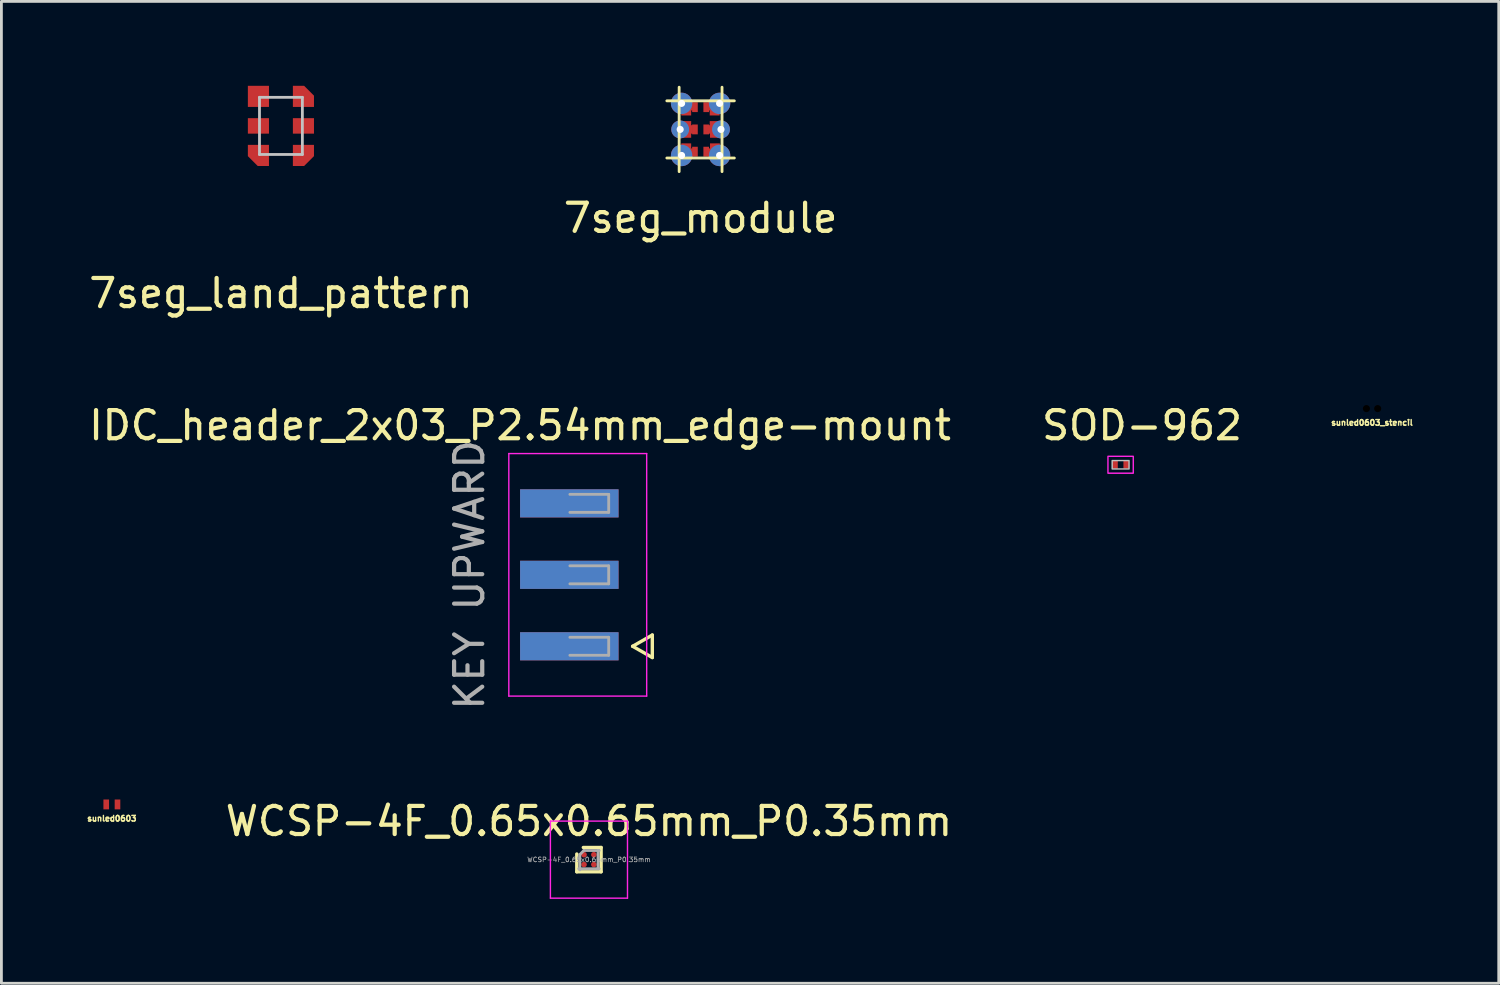
<source format=kicad_pcb>
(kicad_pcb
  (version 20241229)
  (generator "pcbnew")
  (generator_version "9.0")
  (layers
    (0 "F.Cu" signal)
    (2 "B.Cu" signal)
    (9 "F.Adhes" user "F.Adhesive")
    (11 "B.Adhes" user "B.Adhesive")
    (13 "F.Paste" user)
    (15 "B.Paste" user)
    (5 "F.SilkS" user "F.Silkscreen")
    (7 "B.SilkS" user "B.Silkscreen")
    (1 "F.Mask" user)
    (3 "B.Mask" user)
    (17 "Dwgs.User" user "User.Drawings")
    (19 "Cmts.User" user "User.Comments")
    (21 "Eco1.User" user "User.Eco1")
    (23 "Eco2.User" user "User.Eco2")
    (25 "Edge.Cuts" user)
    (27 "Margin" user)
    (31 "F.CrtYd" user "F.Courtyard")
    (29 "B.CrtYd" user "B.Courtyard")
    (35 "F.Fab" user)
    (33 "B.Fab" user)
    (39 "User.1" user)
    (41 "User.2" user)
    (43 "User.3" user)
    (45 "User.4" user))
  (footprint "SOD-962"
    (layer "F.Cu")
    (at 36.78 13.469)
    (property "Reference" "SOD-962" (at 0.762 -1.397 0) (layer "F.SilkS") (effects (font (size 1 1) (thickness 0.15))))
    (attr smd)
    (fp_circle (center -0.208 0) (end -0.08 0) (stroke (width 0) (type solid)) (fill yes) (layer "F.Paste"))
    (fp_circle (center 0.208 0) (end 0.336 0) (stroke (width 0) (type solid)) (fill yes) (layer "F.Paste"))
    (fp_rect (start -0.3 -0.15) (end 0.3 0.15) (stroke (width 0.05) (type solid)) (fill no) (layer "Dwgs.User"))
    (fp_rect (start -0.45 -0.3) (end 0.45 0.3) (stroke (width 0.05) (type solid)) (fill no) (layer "F.CrtYd"))
    (pad "1" smd rect (at 0.2 0) (size 0.2 0.28) (layers "F.Cu" "F.Mask"))
    (pad "2" smd rect (at -0.2 0) (size 0.2 0.28) (layers "F.Cu" "F.Mask")))
  (footprint "7seg_module"
    (layer "F.Cu")
    (at 21.851 1.55)
    (property "Reference" "7seg_module" (at 0 3.15 0) (unlocked yes) (layer "F.SilkS") (effects (font (size 1 1) (thickness 0.15))))
    (attr smd)
    (fp_rect (start 0.275 -0.15) (end 0.725 0.15) (stroke (width 0) (type solid)) (fill yes) (layer "F.Cu"))
    (fp_rect (start 0.275 0.675) (end 0.725 0.975) (stroke (width 0) (type solid)) (fill yes) (layer "F.Cu"))
    (fp_circle (center -0.725 0) (end -1.042 0) (stroke (width 0) (type solid)) (fill yes) (layer "F.Cu"))
    (fp_circle (center -0.675 -0.925) (end -0.294 -0.925) (stroke (width 0) (type solid)) (fill yes) (layer "F.Cu"))
    (fp_circle (center -0.675 0.925) (end -0.294 0.925) (stroke (width 0) (type solid)) (fill yes) (layer "F.Cu"))
    (fp_circle (center 0.675 -0.925) (end 1.056 -0.925) (stroke (width 0) (type solid)) (fill yes) (layer "F.Cu"))
    (fp_circle (center 0.675 0.925) (end 1.056 0.925) (stroke (width 0) (type solid)) (fill yes) (layer "F.Cu"))
    (fp_circle (center 0.725 0) (end 0.407 0) (stroke (width 0) (type solid)) (fill yes) (layer "F.Cu"))
    (fp_poly (pts (xy -0.275 -0.675) (xy -0.725 -0.675) (xy -0.725 -0.975) (xy -0.275 -0.975)) (stroke (width 0) (type solid)) (fill yes) (layer "F.Cu"))
    (fp_poly (pts (xy -0.275 0.15) (xy -0.725 0.15) (xy -0.725 -0.15) (xy -0.275 -0.15)) (stroke (width 0) (type solid)) (fill yes) (layer "F.Cu"))
    (fp_poly (pts (xy -0.275 0.975) (xy -0.725 0.975) (xy -0.725 0.675) (xy -0.275 0.675)) (stroke (width 0) (type solid)) (fill yes) (layer "F.Cu"))
    (fp_poly (pts (xy 0.275 -0.975) (xy 0.725 -0.975) (xy 0.725 -0.675) (xy 0.275 -0.675)) (stroke (width 0) (type solid)) (fill yes) (layer "F.Cu"))
    (fp_circle (center -0.725 0) (end -0.915 0) (stroke (width 0) (type solid)) (fill yes) (layer "F.Mask"))
    (fp_circle (center -0.675 -0.925) (end -0.866 -0.925) (stroke (width 0) (type solid)) (fill yes) (layer "F.Mask"))
    (fp_circle (center -0.675 0.925) (end -0.866 0.925) (stroke (width 0) (type solid)) (fill yes) (layer "F.Mask"))
    (fp_circle (center 0.675 -0.925) (end 0.484 -0.925) (stroke (width 0) (type solid)) (fill yes) (layer "F.Mask"))
    (fp_circle (center 0.675 0.925) (end 0.484 0.925) (stroke (width 0) (type solid)) (fill yes) (layer "F.Mask"))
    (fp_circle (center 0.725 0) (end 0.534 0) (stroke (width 0) (type solid)) (fill yes) (layer "F.Mask"))
    (fp_circle (center -0.725 0) (end -1.042 0) (stroke (width 0) (type solid)) (fill yes) (layer "B.Cu"))
    (fp_circle (center -0.675 -0.925) (end -1.056 -0.925) (stroke (width 0) (type solid)) (fill yes) (layer "B.Cu"))
    (fp_circle (center -0.675 0.925) (end -1.056 0.925) (stroke (width 0) (type solid)) (fill yes) (layer "B.Cu"))
    (fp_circle (center 0.675 -0.925) (end 0.294 -0.925) (stroke (width 0) (type solid)) (fill yes) (layer "B.Cu"))
    (fp_circle (center 0.675 0.925) (end 0.294 0.925) (stroke (width 0) (type solid)) (fill yes) (layer "B.Cu"))
    (fp_circle (center 0.725 0) (end 0.407 0) (stroke (width 0) (type solid)) (fill yes) (layer "B.Cu"))
    (fp_circle (center -0.725 0) (end -1.042 0) (stroke (width 0) (type solid)) (fill yes) (layer "B.Mask"))
    (fp_circle (center -0.675 -0.925) (end -1.056 -0.925) (stroke (width 0) (type solid)) (fill yes) (layer "B.Mask"))
    (fp_circle (center -0.675 0.925) (end -1.056 0.925) (stroke (width 0) (type solid)) (fill yes) (layer "B.Mask"))
    (fp_circle (center 0.675 -0.925) (end 0.294 -0.925) (stroke (width 0) (type solid)) (fill yes) (layer "B.Mask"))
    (fp_circle (center 0.675 0.925) (end 0.294 0.925) (stroke (width 0) (type solid)) (fill yes) (layer "B.Mask"))
    (fp_circle (center 0.725 0) (end 0.407 0) (stroke (width 0) (type solid)) (fill yes) (layer "B.Mask"))
    (fp_line (start -1.2 -1.016) (end 1.2 -1.016) (stroke (width 0.1) (type solid)) (layer "F.SilkS"))
    (fp_line (start -1.2 1.016) (end 1.2 1.016) (stroke (width 0.1) (type solid)) (layer "F.SilkS"))
    (fp_line (start -0.762 -1.5) (end -0.762 1.5) (stroke (width 0.1) (type solid)) (layer "F.SilkS"))
    (fp_line (start 0.762 -1.5) (end 0.762 1.5) (stroke (width 0.1) (type solid)) (layer "F.SilkS"))
    (fp_line (start -0.762 -0.35) (end -0.762 -0.525) (stroke (width 0.02) (type solid)) (layer "Edge.Cuts"))
    (fp_line (start -0.762 0.525) (end -0.762 0.35) (stroke (width 0.02) (type solid)) (layer "Edge.Cuts"))
    (fp_line (start -0.275 -1.016) (end 0.275 -1.016) (stroke (width 0.02) (type solid)) (layer "Edge.Cuts"))
    (fp_line (start -0.275 1.016) (end 0.275 1.016) (stroke (width 0.02) (type solid)) (layer "Edge.Cuts"))
    (fp_line (start 0.762 -0.35) (end 0.762 -0.525) (stroke (width 0.02) (type solid)) (layer "Edge.Cuts"))
    (fp_line (start 0.762 0.525) (end 0.762 0.35) (stroke (width 0.02) (type solid)) (layer "Edge.Cuts"))
    (pad "1" thru_hole circle (at -0.675 -0.925 180) (size 0.508 0.508) (drill 0.254) (layers "*.Cu" "B.Mask"))
    (pad "1" smd rect (at -0.51 -0.596 270) (size 0.2 0.35) (layers "F.Cu" "F.Mask" "F.Paste"))
    (pad "1" smd rect (at -0.2 -0.791) (size 0.2 0.35) (layers "F.Cu" "F.Mask" "F.Paste"))
    (pad "2" smd rect (at 0.2 -0.791) (size 0.2 0.35) (layers "F.Cu" "F.Mask" "F.Paste"))
    (pad "2" smd rect (at 0.5 -0.596 270) (size 0.2 0.35) (layers "F.Cu" "F.Mask" "F.Paste"))
    (pad "2" thru_hole circle (at 0.675 -0.925 180) (size 0.508 0.508) (drill 0.254) (layers "*.Cu" "B.Mask"))
    (pad "3" thru_hole circle (at -0.725 0 180) (size 0.508 0.508) (drill 0.254) (layers "*.Cu" "B.Mask"))
    (pad "3" smd rect (at -0.51 -0.196 270) (size 0.2 0.35) (layers "F.Cu" "F.Mask" "F.Paste"))
    (pad "3" smd rect (at -0.51 0.196 270) (size 0.2 0.35) (layers "F.Cu" "F.Mask" "F.Paste"))
    (pad "3" smd rect (at -0.2 0) (size 0.2 0.35) (layers "F.Cu" "F.Mask" "F.Paste"))
    (pad "4" smd rect (at 0.2 0) (size 0.2 0.35) (layers "F.Cu" "F.Mask" "F.Paste"))
    (pad "4" smd rect (at 0.5 -0.196 270) (size 0.2 0.35) (layers "F.Cu" "F.Mask" "F.Paste"))
    (pad "4" smd rect (at 0.51 0.196 270) (size 0.2 0.35) (layers "F.Cu" "F.Mask" "F.Paste"))
    (pad "4" thru_hole circle (at 0.725 0 180) (size 0.508 0.508) (drill 0.254) (layers "*.Cu" "B.Mask"))
    (pad "5" thru_hole circle (at -0.675 0.925 180) (size 0.508 0.508) (drill 0.254) (layers "*.Cu" "B.Mask"))
    (pad "5" smd rect (at -0.51 0.596 270) (size 0.2 0.35) (layers "F.Cu" "F.Mask" "F.Paste"))
    (pad "5" smd rect (at -0.2 0.791) (size 0.2 0.35) (layers "F.Cu" "F.Mask" "F.Paste"))
    (pad "6" smd rect (at 0.2 0.791) (size 0.2 0.35) (layers "F.Cu" "F.Mask" "F.Paste"))
    (pad "6" smd rect (at 0.51 0.596 270) (size 0.2 0.35) (layers "F.Cu" "F.Mask" "F.Paste"))
    (pad "6" thru_hole circle (at 0.675 0.925 180) (size 0.508 0.508) (drill 0.254) (layers "*.Cu" "B.Mask")))
  (footprint "WCSP-4F_0.65x0.65mm_P0.35mm"
    (layer "F.Cu")
    (at 17.883 27.504)
    (property "Reference" "WCSP-4F_0.65x0.65mm_P0.35mm" (at 0 -1.364 0) (layer "F.SilkS") (effects (font (size 1 1) (thickness 0.15))))
    (attr smd)
    (fp_line (start -0.432 0.432) (end -0.432 -0.2) (stroke (width 0.12) (type solid)) (layer "F.SilkS"))
    (fp_line (start -0.2 -0.432) (end 0.432 -0.432) (stroke (width 0.12) (type solid)) (layer "F.SilkS"))
    (fp_line (start 0.432 -0.432) (end 0.432 0.432) (stroke (width 0.12) (type solid)) (layer "F.SilkS"))
    (fp_line (start 0.432 0.432) (end -0.432 0.432) (stroke (width 0.12) (type solid)) (layer "F.SilkS"))
    (fp_line (start -1.37 -1.37) (end -1.37 1.37) (stroke (width 0.05) (type solid)) (layer "F.CrtYd"))
    (fp_line (start -1.37 1.37) (end 1.37 1.37) (stroke (width 0.05) (type solid)) (layer "F.CrtYd"))
    (fp_line (start 1.37 -1.37) (end -1.37 -1.37) (stroke (width 0.05) (type solid)) (layer "F.CrtYd"))
    (fp_line (start 1.37 1.37) (end 1.37 -1.37) (stroke (width 0.05) (type solid)) (layer "F.CrtYd"))
    (fp_line (start -0.323 -0.182) (end -0.182 -0.323) (stroke (width 0.1) (type solid)) (layer "F.Fab"))
    (fp_line (start -0.323 0.364) (end -0.323 -0.182) (stroke (width 0.1) (type solid)) (layer "F.Fab"))
    (fp_line (start -0.182 -0.323) (end 0.364 -0.323) (stroke (width 0.1) (type solid)) (layer "F.Fab"))
    (fp_line (start 0.323 -0.323) (end 0.323 0.323) (stroke (width 0.1) (type solid)) (layer "F.Fab"))
    (fp_line (start 0.364 0.323) (end -0.364 0.323) (stroke (width 0.1) (type solid)) (layer "F.Fab"))
    (fp_text user "${REFERENCE}" (at 0 0 0) (layer "F.Fab") (effects (font (size 0.17 0.17) (thickness 0.025))))
    (pad "A1" smd circle (at -0.175 -0.175) (size 0.2 0.2) (layers "F.Cu" "F.Mask" "F.Paste"))
    (pad "A2" smd circle (at 0.175 -0.175) (size 0.2 0.2) (layers "F.Cu" "F.Mask" "F.Paste"))
    (pad "B1" smd circle (at -0.175 0.175) (size 0.2 0.2) (layers "F.Cu" "F.Mask" "F.Paste"))
    (pad "B2" smd circle (at 0.175 0.175) (size 0.2 0.2) (layers "F.Cu" "F.Mask" "F.Paste")))
  (footprint "sunled0603_stencil"
    (layer "F.Cu")
    (at 45.717 11.473)
    (property "Reference" "sunled0603_stencil" (at 0 0.5 0) (unlocked yes) (layer "F.SilkS") (effects (font (size 0.2 0.2) (thickness 0.05))))
    (attr smd)
    (pad "" np_thru_hole circle (at -0.2 0) (size 0.254 0.254) (drill 0.254) (layers "*.Mask"))
    (pad "" np_thru_hole circle (at 0.2 0) (size 0.254 0.254) (drill 0.254) (layers "*.Mask")))
  (footprint "7seg_land_pattern"
    (layer "F.Cu")
    (at 6.935 1.425)
    (property "Reference" "7seg_land_pattern" (at 0 5.95 0) (unlocked yes) (layer "F.SilkS") (effects (font (size 1 1) (thickness 0.15))))
    (attr smd)
    (fp_line (start -0.762 -1.016) (end -0.762 1.016) (stroke (width 0.1) (type solid)) (layer "Dwgs.User"))
    (fp_line (start -0.762 -1.016) (end 0.762 -1.016) (stroke (width 0.1) (type solid)) (layer "Dwgs.User"))
    (fp_line (start -0.762 1.016) (end 0.762 1.016) (stroke (width 0.1) (type solid)) (layer "Dwgs.User"))
    (fp_line (start 0.762 -1.016) (end 0.762 1.016) (stroke (width 0.1) (type solid)) (layer "Dwgs.User"))
    (pad "1" smd custom (at -0.675 -0.925 180) (size 0.5 0.5) (layers "F.Cu" "F.Mask" "F.Paste") (options (anchor circle)) (primitives (gr_poly (pts (xy -0.25 -0.25) (xy 0.5 -0.25) (xy 0.5 0.5) (xy -0.25 0.5)) (width 0) (fill yes))))
    (pad "2" smd custom (at 0.675 -0.925 180) (size 0.5 0.5) (layers "F.Cu" "F.Mask" "F.Paste") (options (anchor circle)) (primitives (gr_poly (pts (xy 0.25 -0.25) (xy 0.25 0.5) (xy -0.15 0.5) (xy -0.5 0.15) (xy -0.5 -0.25)) (width 0) (fill yes))))
    (pad "3" smd custom (at -0.725 0 180) (size 0.5 0.5) (layers "F.Cu" "F.Mask" "F.Paste") (options (anchor circle)) (primitives (gr_poly (pts (xy -0.3 -0.275) (xy 0.45 -0.275) (xy 0.45 0.275) (xy -0.3 0.275)) (width 0) (fill yes))))
    (pad "4" smd custom (at 0.725 0 180) (size 0.5 0.5) (layers "F.Cu" "F.Mask" "F.Paste") (options (anchor circle)) (primitives (gr_poly (pts (xy 0.3 0.275) (xy -0.45 0.275) (xy -0.45 -0.275) (xy 0.3 -0.275)) (width 0) (fill yes))))
    (pad "5" smd custom (at -0.675 0.925 180) (size 0.5 0.5) (layers "F.Cu" "F.Mask" "F.Paste") (options (anchor circle)) (primitives (gr_poly (pts (xy -0.25 0.25) (xy -0.25 -0.5) (xy 0.15 -0.5) (xy 0.5 -0.15) (xy 0.5 0.25)) (width 0) (fill yes))))
    (pad "6" smd custom (at 0.675 0.925 180) (size 0.5 0.5) (layers "F.Cu" "F.Mask" "F.Paste") (options (anchor circle)) (primitives (gr_poly (pts (xy 0.25 0.25) (xy -0.5 0.25) (xy -0.5 -0.15) (xy -0.15 -0.5) (xy 0.25 -0.5)) (width 0) (fill yes)))))
  (footprint "sunled0603"
    (layer "F.Cu")
    (at 0.926 25.542)
    (property "Reference" "sunled0603" (at 0 0.5 0) (unlocked yes) (layer "F.SilkS") (effects (font (size 0.2 0.2) (thickness 0.05))))
    (attr smd)
    (pad "1" smd rect (at 0.2 0) (size 0.2 0.35) (layers "F.Cu" "F.Mask" "F.Paste"))
    (pad "2" smd rect (at -0.2 0) (size 0.2 0.35) (layers "F.Cu" "F.Mask" "F.Paste")))
  (footprint "IDC_header_2x03_P2.54mm_edge-mount"
    (layer "F.Cu")
    (at 15.435 17.381)
    (property "Reference" "IDC_header_2x03_P2.54mm_edge-mount" (at 0 -5.31 0) (layer "F.SilkS") (effects (font (size 1 1) (thickness 0.15))))
    (attr smd)
    (fp_line (start 4 2.54) (end 4.7 2.14) (stroke (width 0.12) (type solid)) (layer "F.SilkS"))
    (fp_line (start 4.7 2.14) (end 4.7 2.94) (stroke (width 0.12) (type solid)) (layer "F.SilkS"))
    (fp_line (start 4.7 2.94) (end 4 2.54) (stroke (width 0.12) (type solid)) (layer "F.SilkS"))
    (fp_line (start -0.4 -4.31) (end 4.5 -4.31) (stroke (width 0.05) (type solid)) (layer "F.CrtYd"))
    (fp_line (start -0.4 4.31) (end -0.4 -4.31) (stroke (width 0.05) (type solid)) (layer "F.CrtYd"))
    (fp_line (start 4.5 -4.31) (end 4.5 4.31) (stroke (width 0.05) (type solid)) (layer "F.CrtYd"))
    (fp_line (start 4.5 4.31) (end -0.4 4.31) (stroke (width 0.05) (type solid)) (layer "F.CrtYd"))
    (fp_line (start 1.77 -2.86) (end 3.15 -2.86) (stroke (width 0.1) (type solid)) (layer "F.Fab"))
    (fp_line (start 1.77 -0.32) (end 3.15 -0.32) (stroke (width 0.1) (type solid)) (layer "F.Fab"))
    (fp_line (start 1.77 2.22) (end 3.15 2.22) (stroke (width 0.1) (type solid)) (layer "F.Fab"))
    (fp_line (start 3.15 -2.86) (end 3.15 -2.22) (stroke (width 0.1) (type solid)) (layer "F.Fab"))
    (fp_line (start 3.15 -2.22) (end 1.77 -2.22) (stroke (width 0.1) (type solid)) (layer "F.Fab"))
    (fp_line (start 3.15 -0.32) (end 3.15 0.32) (stroke (width 0.1) (type solid)) (layer "F.Fab"))
    (fp_line (start 3.15 0.32) (end 1.77 0.32) (stroke (width 0.1) (type solid)) (layer "F.Fab"))
    (fp_line (start 3.15 2.22) (end 3.15 2.86) (stroke (width 0.1) (type solid)) (layer "F.Fab"))
    (fp_line (start 3.15 2.86) (end 1.77 2.86) (stroke (width 0.1) (type solid)) (layer "F.Fab"))
    (fp_text user "KEY UPWARD" (at -1.8 0 90) (layer "F.Fab") (effects (font (size 1 1) (thickness 0.15))))
    (pad "1" smd rect (at 1.75 2.54) (size 3.5 1) (layers "F.Cu" "F.Mask" "F.Paste"))
    (pad "2" smd rect (at 1.75 2.54) (size 3.5 1) (layers "B.Cu" "B.Mask" "B.Paste"))
    (pad "3" smd rect (at 1.75 0) (size 3.5 1) (layers "F.Cu" "F.Mask" "F.Paste"))
    (pad "4" smd rect (at 1.75 0) (size 3.5 1) (layers "B.Cu" "B.Mask" "B.Paste"))
    (pad "5" smd rect (at 1.75 -2.54) (size 3.5 1) (layers "F.Cu" "F.Mask" "F.Paste"))
    (pad "6" smd rect (at 1.75 -2.54) (size 3.5 1) (layers "B.Cu" "B.Mask" "B.Paste")))
  (gr_rect
    (start -3 -3)
    (end 50.22 31.899)
    (stroke (width 0.1) (type default))
    (fill no)
    (layer "Edge.Cuts")))
</source>
